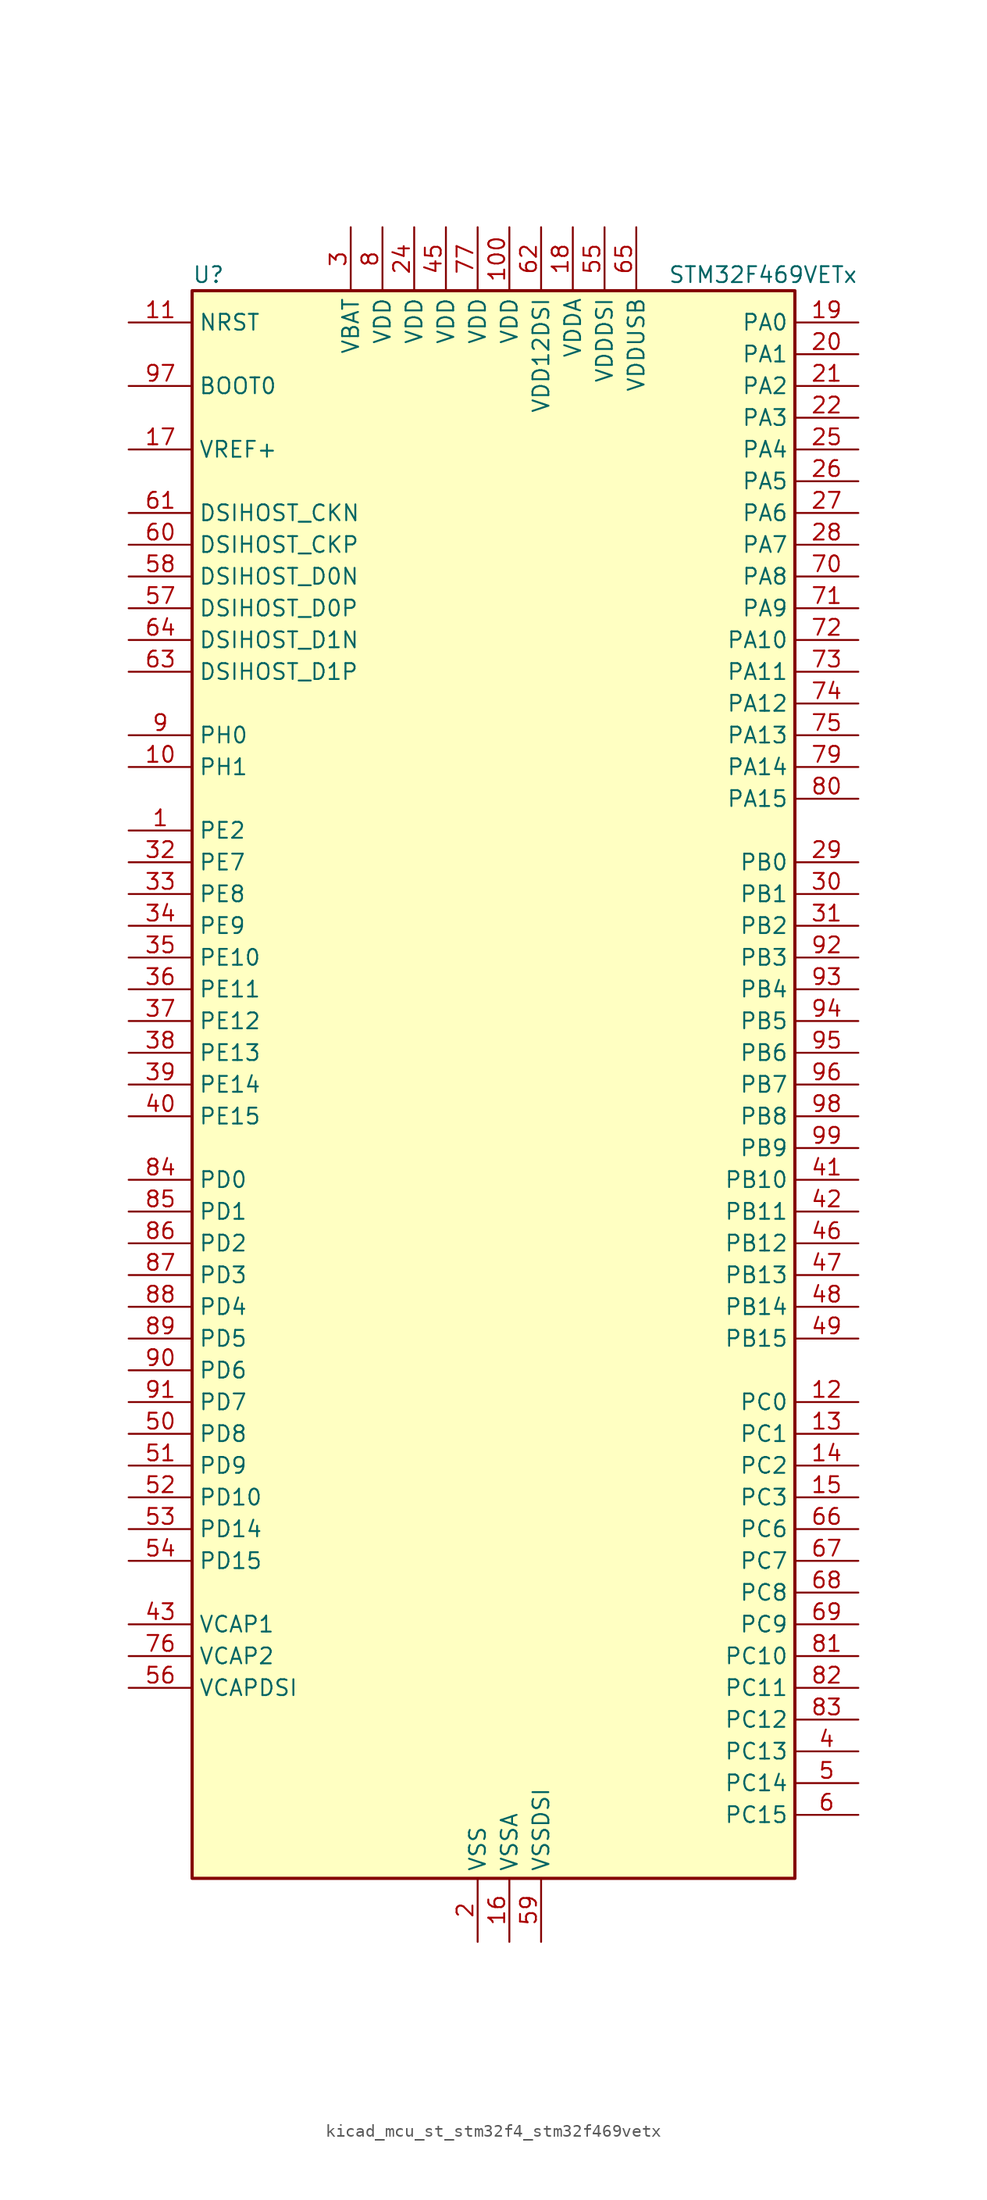
<source format=kicad_sym>
(kicad_symbol_lib
  (version 20220914)
  (generator kicad_symbol_editor)
  (symbol "kicad_mcu_st_stm32f4_stm32f469vetx"
    (property "Reference" "U"
      (at -22.86 64.77 0)
      (effects (font (size 1.27 1.27)) (justify left)))
    (property "Value" "STM32F469VETx"
      (at 15.24 64.77 0)
      (effects (font (size 1.27 1.27)) (justify left)))
    (property "ki_locked" ""
      (at 0 0 0)
      (effects (font (size 1.27 1.27))))
    (symbol "kicad_mcu_st_stm32f4_stm32f469vetx_0_1"
      (rectangle (start -22.86 -63.5) (end 25.4 63.5) (stroke (width 0.254) (type default)) (fill (type background))))
    (symbol "kicad_mcu_st_stm32f4_stm32f469vetx_1_1"
      (pin bidirectional line (at -27.94 20.32 0) (length 5.08) (name "PE2" (effects (font (size 1.27 1.27)))) (number "1" (effects (font (size 1.27 1.27)))) (alternate "FMC_A23" bidirectional line) (alternate "QUADSPI_BK1_IO2" bidirectional line) (alternate "SAI1_MCLK_A" bidirectional line) (alternate "SPI4_SCK" bidirectional line) (alternate "SYS_TRACECLK" bidirectional line))
      (pin bidirectional line (at -27.94 25.4 0) (length 5.08) (name "PH1" (effects (font (size 1.27 1.27)))) (number "10" (effects (font (size 1.27 1.27)))) (alternate "RCC_OSC_OUT" bidirectional line))
      (pin power_in line (at 2.54 68.58 270) (length 5.08) (name "VDD" (effects (font (size 1.27 1.27)))) (number "100" (effects (font (size 1.27 1.27)))))
      (pin input line (at -27.94 60.96 0) (length 5.08) (name "NRST" (effects (font (size 1.27 1.27)))) (number "11" (effects (font (size 1.27 1.27)))))
      (pin bidirectional line (at 30.48 -25.4 180) (length 5.08) (name "PC0" (effects (font (size 1.27 1.27)))) (number "12" (effects (font (size 1.27 1.27)))) (alternate "ADC1_IN10" bidirectional line) (alternate "ADC2_IN10" bidirectional line) (alternate "ADC3_IN10" bidirectional line) (alternate "FMC_SDNWE" bidirectional line) (alternate "LTDC_R5" bidirectional line) (alternate "USB_OTG_HS_ULPI_STP" bidirectional line))
      (pin bidirectional line (at 30.48 -27.94 180) (length 5.08) (name "PC1" (effects (font (size 1.27 1.27)))) (number "13" (effects (font (size 1.27 1.27)))) (alternate "ADC1_IN11" bidirectional line) (alternate "ADC2_IN11" bidirectional line) (alternate "ADC3_IN11" bidirectional line) (alternate "I2S2_SD" bidirectional line) (alternate "SAI1_SD_A" bidirectional line) (alternate "SPI2_MOSI" bidirectional line) (alternate "SYS_TRACED0" bidirectional line))
      (pin bidirectional line (at 30.48 -30.48 180) (length 5.08) (name "PC2" (effects (font (size 1.27 1.27)))) (number "14" (effects (font (size 1.27 1.27)))) (alternate "ADC1_IN12" bidirectional line) (alternate "ADC2_IN12" bidirectional line) (alternate "ADC3_IN12" bidirectional line) (alternate "FMC_SDNE0" bidirectional line) (alternate "I2S2_ext_SD" bidirectional line) (alternate "SPI2_MISO" bidirectional line) (alternate "USB_OTG_HS_ULPI_DIR" bidirectional line))
      (pin bidirectional line (at 30.48 -33.02 180) (length 5.08) (name "PC3" (effects (font (size 1.27 1.27)))) (number "15" (effects (font (size 1.27 1.27)))) (alternate "ADC1_IN13" bidirectional line) (alternate "ADC2_IN13" bidirectional line) (alternate "ADC3_IN13" bidirectional line) (alternate "FMC_SDCKE0" bidirectional line) (alternate "I2S2_SD" bidirectional line) (alternate "SPI2_MOSI" bidirectional line) (alternate "USB_OTG_HS_ULPI_NXT" bidirectional line))
      (pin power_in line (at 2.54 -68.58 90) (length 5.08) (name "VSSA" (effects (font (size 1.27 1.27)))) (number "16" (effects (font (size 1.27 1.27)))))
      (pin input line (at -27.94 50.8 0) (length 5.08) (name "VREF+" (effects (font (size 1.27 1.27)))) (number "17" (effects (font (size 1.27 1.27)))))
      (pin power_in line (at 7.62 68.58 270) (length 5.08) (name "VDDA" (effects (font (size 1.27 1.27)))) (number "18" (effects (font (size 1.27 1.27)))))
      (pin bidirectional line (at 30.48 60.96 180) (length 5.08) (name "PA0" (effects (font (size 1.27 1.27)))) (number "19" (effects (font (size 1.27 1.27)))) (alternate "ADC1_IN0" bidirectional line) (alternate "ADC2_IN0" bidirectional line) (alternate "ADC3_IN0" bidirectional line) (alternate "SYS_WKUP" bidirectional line) (alternate "TIM2_CH1" bidirectional line) (alternate "TIM2_ETR" bidirectional line) (alternate "TIM5_CH1" bidirectional line) (alternate "TIM8_ETR" bidirectional line) (alternate "UART4_TX" bidirectional line) (alternate "USART2_CTS" bidirectional line))
      (pin power_in line (at 0 -68.58 90) (length 5.08) (name "VSS" (effects (font (size 1.27 1.27)))) (number "2" (effects (font (size 1.27 1.27)))))
      (pin bidirectional line (at 30.48 58.42 180) (length 5.08) (name "PA1" (effects (font (size 1.27 1.27)))) (number "20" (effects (font (size 1.27 1.27)))) (alternate "ADC1_IN1" bidirectional line) (alternate "ADC2_IN1" bidirectional line) (alternate "ADC3_IN1" bidirectional line) (alternate "LTDC_R2" bidirectional line) (alternate "QUADSPI_BK1_IO3" bidirectional line) (alternate "TIM2_CH2" bidirectional line) (alternate "TIM5_CH2" bidirectional line) (alternate "UART4_RX" bidirectional line) (alternate "USART2_RTS" bidirectional line))
      (pin bidirectional line (at 30.48 55.88 180) (length 5.08) (name "PA2" (effects (font (size 1.27 1.27)))) (number "21" (effects (font (size 1.27 1.27)))) (alternate "ADC1_IN2" bidirectional line) (alternate "ADC2_IN2" bidirectional line) (alternate "ADC3_IN2" bidirectional line) (alternate "LTDC_R1" bidirectional line) (alternate "TIM2_CH3" bidirectional line) (alternate "TIM5_CH3" bidirectional line) (alternate "TIM9_CH1" bidirectional line) (alternate "USART2_TX" bidirectional line))
      (pin bidirectional line (at 30.48 53.34 180) (length 5.08) (name "PA3" (effects (font (size 1.27 1.27)))) (number "22" (effects (font (size 1.27 1.27)))) (alternate "ADC1_IN3" bidirectional line) (alternate "ADC2_IN3" bidirectional line) (alternate "ADC3_IN3" bidirectional line) (alternate "LTDC_B2" bidirectional line) (alternate "LTDC_B5" bidirectional line) (alternate "TIM2_CH4" bidirectional line) (alternate "TIM5_CH4" bidirectional line) (alternate "TIM9_CH2" bidirectional line) (alternate "USART2_RX" bidirectional line) (alternate "USB_OTG_HS_ULPI_D0" bidirectional line))
      (pin passive line (at 0 -68.58 90) (length 5.08) hide (name "VSS" (effects (font (size 1.27 1.27)))) (number "23" (effects (font (size 1.27 1.27)))))
      (pin power_in line (at -5.08 68.58 270) (length 5.08) (name "VDD" (effects (font (size 1.27 1.27)))) (number "24" (effects (font (size 1.27 1.27)))))
      (pin bidirectional line (at 30.48 50.8 180) (length 5.08) (name "PA4" (effects (font (size 1.27 1.27)))) (number "25" (effects (font (size 1.27 1.27)))) (alternate "ADC1_IN4" bidirectional line) (alternate "ADC2_IN4" bidirectional line) (alternate "DAC_OUT1" bidirectional line) (alternate "DCMI_HSYNC" bidirectional line) (alternate "I2S3_WS" bidirectional line) (alternate "LTDC_VSYNC" bidirectional line) (alternate "SPI1_NSS" bidirectional line) (alternate "SPI3_NSS" bidirectional line) (alternate "USART2_CK" bidirectional line) (alternate "USB_OTG_HS_SOF" bidirectional line))
      (pin bidirectional line (at 30.48 48.26 180) (length 5.08) (name "PA5" (effects (font (size 1.27 1.27)))) (number "26" (effects (font (size 1.27 1.27)))) (alternate "ADC1_IN5" bidirectional line) (alternate "ADC2_IN5" bidirectional line) (alternate "DAC_OUT2" bidirectional line) (alternate "LTDC_R4" bidirectional line) (alternate "SPI1_SCK" bidirectional line) (alternate "TIM2_CH1" bidirectional line) (alternate "TIM2_ETR" bidirectional line) (alternate "TIM8_CH1N" bidirectional line) (alternate "USB_OTG_HS_ULPI_CK" bidirectional line))
      (pin bidirectional line (at 30.48 45.72 180) (length 5.08) (name "PA6" (effects (font (size 1.27 1.27)))) (number "27" (effects (font (size 1.27 1.27)))) (alternate "ADC1_IN6" bidirectional line) (alternate "ADC2_IN6" bidirectional line) (alternate "DCMI_PIXCLK" bidirectional line) (alternate "LTDC_G2" bidirectional line) (alternate "SPI1_MISO" bidirectional line) (alternate "TIM13_CH1" bidirectional line) (alternate "TIM1_BKIN" bidirectional line) (alternate "TIM3_CH1" bidirectional line) (alternate "TIM8_BKIN" bidirectional line))
      (pin bidirectional line (at 30.48 43.18 180) (length 5.08) (name "PA7" (effects (font (size 1.27 1.27)))) (number "28" (effects (font (size 1.27 1.27)))) (alternate "ADC1_IN7" bidirectional line) (alternate "ADC2_IN7" bidirectional line) (alternate "FMC_SDNWE" bidirectional line) (alternate "QUADSPI_CLK" bidirectional line) (alternate "SPI1_MOSI" bidirectional line) (alternate "TIM14_CH1" bidirectional line) (alternate "TIM1_CH1N" bidirectional line) (alternate "TIM3_CH2" bidirectional line) (alternate "TIM8_CH1N" bidirectional line))
      (pin bidirectional line (at 30.48 17.78 180) (length 5.08) (name "PB0" (effects (font (size 1.27 1.27)))) (number "29" (effects (font (size 1.27 1.27)))) (alternate "ADC1_IN8" bidirectional line) (alternate "ADC2_IN8" bidirectional line) (alternate "LTDC_G1" bidirectional line) (alternate "LTDC_R3" bidirectional line) (alternate "TIM1_CH2N" bidirectional line) (alternate "TIM3_CH3" bidirectional line) (alternate "TIM8_CH2N" bidirectional line) (alternate "USB_OTG_HS_ULPI_D1" bidirectional line))
      (pin power_in line (at -10.16 68.58 270) (length 5.08) (name "VBAT" (effects (font (size 1.27 1.27)))) (number "3" (effects (font (size 1.27 1.27)))))
      (pin bidirectional line (at 30.48 15.24 180) (length 5.08) (name "PB1" (effects (font (size 1.27 1.27)))) (number "30" (effects (font (size 1.27 1.27)))) (alternate "ADC1_IN9" bidirectional line) (alternate "ADC2_IN9" bidirectional line) (alternate "LTDC_G0" bidirectional line) (alternate "LTDC_R6" bidirectional line) (alternate "TIM1_CH3N" bidirectional line) (alternate "TIM3_CH4" bidirectional line) (alternate "TIM8_CH3N" bidirectional line) (alternate "USB_OTG_HS_ULPI_D2" bidirectional line))
      (pin bidirectional line (at 30.48 12.7 180) (length 5.08) (name "PB2" (effects (font (size 1.27 1.27)))) (number "31" (effects (font (size 1.27 1.27)))))
      (pin bidirectional line (at -27.94 17.78 0) (length 5.08) (name "PE7" (effects (font (size 1.27 1.27)))) (number "32" (effects (font (size 1.27 1.27)))) (alternate "FMC_D4" bidirectional line) (alternate "FMC_DA4" bidirectional line) (alternate "QUADSPI_BK2_IO0" bidirectional line) (alternate "TIM1_ETR" bidirectional line) (alternate "UART7_RX" bidirectional line))
      (pin bidirectional line (at -27.94 15.24 0) (length 5.08) (name "PE8" (effects (font (size 1.27 1.27)))) (number "33" (effects (font (size 1.27 1.27)))) (alternate "FMC_D5" bidirectional line) (alternate "FMC_DA5" bidirectional line) (alternate "QUADSPI_BK2_IO1" bidirectional line) (alternate "TIM1_CH1N" bidirectional line) (alternate "UART7_TX" bidirectional line))
      (pin bidirectional line (at -27.94 12.7 0) (length 5.08) (name "PE9" (effects (font (size 1.27 1.27)))) (number "34" (effects (font (size 1.27 1.27)))) (alternate "DAC_EXTI9" bidirectional line) (alternate "FMC_D6" bidirectional line) (alternate "FMC_DA6" bidirectional line) (alternate "QUADSPI_BK2_IO2" bidirectional line) (alternate "TIM1_CH1" bidirectional line))
      (pin bidirectional line (at -27.94 10.16 0) (length 5.08) (name "PE10" (effects (font (size 1.27 1.27)))) (number "35" (effects (font (size 1.27 1.27)))) (alternate "FMC_D7" bidirectional line) (alternate "FMC_DA7" bidirectional line) (alternate "QUADSPI_BK2_IO3" bidirectional line) (alternate "TIM1_CH2N" bidirectional line))
      (pin bidirectional line (at -27.94 7.62 0) (length 5.08) (name "PE11" (effects (font (size 1.27 1.27)))) (number "36" (effects (font (size 1.27 1.27)))) (alternate "ADC1_EXTI11" bidirectional line) (alternate "ADC2_EXTI11" bidirectional line) (alternate "ADC3_EXTI11" bidirectional line) (alternate "FMC_D8" bidirectional line) (alternate "FMC_DA8" bidirectional line) (alternate "LTDC_G3" bidirectional line) (alternate "SPI4_NSS" bidirectional line) (alternate "TIM1_CH2" bidirectional line))
      (pin bidirectional line (at -27.94 5.08 0) (length 5.08) (name "PE12" (effects (font (size 1.27 1.27)))) (number "37" (effects (font (size 1.27 1.27)))) (alternate "FMC_D9" bidirectional line) (alternate "FMC_DA9" bidirectional line) (alternate "LTDC_B4" bidirectional line) (alternate "SPI4_SCK" bidirectional line) (alternate "TIM1_CH3N" bidirectional line))
      (pin bidirectional line (at -27.94 2.54 0) (length 5.08) (name "PE13" (effects (font (size 1.27 1.27)))) (number "38" (effects (font (size 1.27 1.27)))) (alternate "FMC_D10" bidirectional line) (alternate "FMC_DA10" bidirectional line) (alternate "LTDC_DE" bidirectional line) (alternate "SPI4_MISO" bidirectional line) (alternate "TIM1_CH3" bidirectional line))
      (pin bidirectional line (at -27.94 0 0) (length 5.08) (name "PE14" (effects (font (size 1.27 1.27)))) (number "39" (effects (font (size 1.27 1.27)))) (alternate "FMC_D11" bidirectional line) (alternate "FMC_DA11" bidirectional line) (alternate "LTDC_CLK" bidirectional line) (alternate "SPI4_MOSI" bidirectional line) (alternate "TIM1_CH4" bidirectional line))
      (pin bidirectional line (at 30.48 -53.34 180) (length 5.08) (name "PC13" (effects (font (size 1.27 1.27)))) (number "4" (effects (font (size 1.27 1.27)))) (alternate "RTC_AF1" bidirectional line))
      (pin bidirectional line (at -27.94 -2.54 0) (length 5.08) (name "PE15" (effects (font (size 1.27 1.27)))) (number "40" (effects (font (size 1.27 1.27)))) (alternate "ADC1_EXTI15" bidirectional line) (alternate "ADC2_EXTI15" bidirectional line) (alternate "ADC3_EXTI15" bidirectional line) (alternate "FMC_D12" bidirectional line) (alternate "FMC_DA12" bidirectional line) (alternate "LTDC_R7" bidirectional line) (alternate "TIM1_BKIN" bidirectional line))
      (pin bidirectional line (at 30.48 -7.62 180) (length 5.08) (name "PB10" (effects (font (size 1.27 1.27)))) (number "41" (effects (font (size 1.27 1.27)))) (alternate "I2C2_SCL" bidirectional line) (alternate "I2S2_CK" bidirectional line) (alternate "LTDC_G4" bidirectional line) (alternate "QUADSPI_BK1_NCS" bidirectional line) (alternate "SPI2_SCK" bidirectional line) (alternate "TIM2_CH3" bidirectional line) (alternate "USART3_TX" bidirectional line) (alternate "USB_OTG_HS_ULPI_D3" bidirectional line))
      (pin bidirectional line (at 30.48 -10.16 180) (length 5.08) (name "PB11" (effects (font (size 1.27 1.27)))) (number "42" (effects (font (size 1.27 1.27)))) (alternate "ADC1_EXTI11" bidirectional line) (alternate "ADC2_EXTI11" bidirectional line) (alternate "ADC3_EXTI11" bidirectional line) (alternate "DSIHOST_TE" bidirectional line) (alternate "I2C2_SDA" bidirectional line) (alternate "LTDC_G5" bidirectional line) (alternate "TIM2_CH4" bidirectional line) (alternate "USART3_RX" bidirectional line) (alternate "USB_OTG_HS_ULPI_D4" bidirectional line))
      (pin power_out line (at -27.94 -43.18 0) (length 5.08) (name "VCAP1" (effects (font (size 1.27 1.27)))) (number "43" (effects (font (size 1.27 1.27)))))
      (pin passive line (at 0 -68.58 90) (length 5.08) hide (name "VSS" (effects (font (size 1.27 1.27)))) (number "44" (effects (font (size 1.27 1.27)))))
      (pin power_in line (at -2.54 68.58 270) (length 5.08) (name "VDD" (effects (font (size 1.27 1.27)))) (number "45" (effects (font (size 1.27 1.27)))))
      (pin bidirectional line (at 30.48 -12.7 180) (length 5.08) (name "PB12" (effects (font (size 1.27 1.27)))) (number "46" (effects (font (size 1.27 1.27)))) (alternate "CAN2_RX" bidirectional line) (alternate "I2C2_SMBA" bidirectional line) (alternate "I2S2_WS" bidirectional line) (alternate "SPI2_NSS" bidirectional line) (alternate "TIM1_BKIN" bidirectional line) (alternate "USART3_CK" bidirectional line) (alternate "USB_OTG_HS_ID" bidirectional line) (alternate "USB_OTG_HS_ULPI_D5" bidirectional line))
      (pin bidirectional line (at 30.48 -15.24 180) (length 5.08) (name "PB13" (effects (font (size 1.27 1.27)))) (number "47" (effects (font (size 1.27 1.27)))) (alternate "CAN2_TX" bidirectional line) (alternate "I2S2_CK" bidirectional line) (alternate "SPI2_SCK" bidirectional line) (alternate "TIM1_CH1N" bidirectional line) (alternate "USART3_CTS" bidirectional line) (alternate "USB_OTG_HS_ULPI_D6" bidirectional line) (alternate "USB_OTG_HS_VBUS" bidirectional line))
      (pin bidirectional line (at 30.48 -17.78 180) (length 5.08) (name "PB14" (effects (font (size 1.27 1.27)))) (number "48" (effects (font (size 1.27 1.27)))) (alternate "I2S2_ext_SD" bidirectional line) (alternate "SPI2_MISO" bidirectional line) (alternate "TIM12_CH1" bidirectional line) (alternate "TIM1_CH2N" bidirectional line) (alternate "TIM8_CH2N" bidirectional line) (alternate "USART3_RTS" bidirectional line) (alternate "USB_OTG_HS_DM" bidirectional line))
      (pin bidirectional line (at 30.48 -20.32 180) (length 5.08) (name "PB15" (effects (font (size 1.27 1.27)))) (number "49" (effects (font (size 1.27 1.27)))) (alternate "ADC1_EXTI15" bidirectional line) (alternate "ADC2_EXTI15" bidirectional line) (alternate "ADC3_EXTI15" bidirectional line) (alternate "I2S2_SD" bidirectional line) (alternate "RTC_REFIN" bidirectional line) (alternate "SPI2_MOSI" bidirectional line) (alternate "TIM12_CH2" bidirectional line) (alternate "TIM1_CH3N" bidirectional line) (alternate "TIM8_CH3N" bidirectional line) (alternate "USB_OTG_HS_DP" bidirectional line))
      (pin bidirectional line (at 30.48 -55.88 180) (length 5.08) (name "PC14" (effects (font (size 1.27 1.27)))) (number "5" (effects (font (size 1.27 1.27)))) (alternate "RCC_OSC32_IN" bidirectional line))
      (pin bidirectional line (at -27.94 -27.94 0) (length 5.08) (name "PD8" (effects (font (size 1.27 1.27)))) (number "50" (effects (font (size 1.27 1.27)))) (alternate "FMC_D13" bidirectional line) (alternate "FMC_DA13" bidirectional line) (alternate "USART3_TX" bidirectional line))
      (pin bidirectional line (at -27.94 -30.48 0) (length 5.08) (name "PD9" (effects (font (size 1.27 1.27)))) (number "51" (effects (font (size 1.27 1.27)))) (alternate "DAC_EXTI9" bidirectional line) (alternate "FMC_D14" bidirectional line) (alternate "FMC_DA14" bidirectional line) (alternate "USART3_RX" bidirectional line))
      (pin bidirectional line (at -27.94 -33.02 0) (length 5.08) (name "PD10" (effects (font (size 1.27 1.27)))) (number "52" (effects (font (size 1.27 1.27)))) (alternate "FMC_D15" bidirectional line) (alternate "FMC_DA15" bidirectional line) (alternate "LTDC_B3" bidirectional line) (alternate "USART3_CK" bidirectional line))
      (pin bidirectional line (at -27.94 -35.56 0) (length 5.08) (name "PD14" (effects (font (size 1.27 1.27)))) (number "53" (effects (font (size 1.27 1.27)))) (alternate "FMC_D0" bidirectional line) (alternate "FMC_DA0" bidirectional line) (alternate "TIM4_CH3" bidirectional line))
      (pin bidirectional line (at -27.94 -38.1 0) (length 5.08) (name "PD15" (effects (font (size 1.27 1.27)))) (number "54" (effects (font (size 1.27 1.27)))) (alternate "ADC1_EXTI15" bidirectional line) (alternate "ADC2_EXTI15" bidirectional line) (alternate "ADC3_EXTI15" bidirectional line) (alternate "FMC_D1" bidirectional line) (alternate "FMC_DA1" bidirectional line) (alternate "TIM4_CH4" bidirectional line))
      (pin power_in line (at 10.16 68.58 270) (length 5.08) (name "VDDDSI" (effects (font (size 1.27 1.27)))) (number "55" (effects (font (size 1.27 1.27)))))
      (pin power_out line (at -27.94 -48.26 0) (length 5.08) (name "VCAPDSI" (effects (font (size 1.27 1.27)))) (number "56" (effects (font (size 1.27 1.27)))))
      (pin bidirectional line (at -27.94 38.1 0) (length 5.08) (name "DSIHOST_D0P" (effects (font (size 1.27 1.27)))) (number "57" (effects (font (size 1.27 1.27)))) (alternate "DSIHOST_D0P" bidirectional line))
      (pin bidirectional line (at -27.94 40.64 0) (length 5.08) (name "DSIHOST_D0N" (effects (font (size 1.27 1.27)))) (number "58" (effects (font (size 1.27 1.27)))) (alternate "DSIHOST_D0N" bidirectional line))
      (pin power_in line (at 5.08 -68.58 90) (length 5.08) (name "VSSDSI" (effects (font (size 1.27 1.27)))) (number "59" (effects (font (size 1.27 1.27)))))
      (pin bidirectional line (at 30.48 -58.42 180) (length 5.08) (name "PC15" (effects (font (size 1.27 1.27)))) (number "6" (effects (font (size 1.27 1.27)))) (alternate "ADC1_EXTI15" bidirectional line) (alternate "ADC2_EXTI15" bidirectional line) (alternate "ADC3_EXTI15" bidirectional line) (alternate "RCC_OSC32_OUT" bidirectional line))
      (pin bidirectional line (at -27.94 43.18 0) (length 5.08) (name "DSIHOST_CKP" (effects (font (size 1.27 1.27)))) (number "60" (effects (font (size 1.27 1.27)))) (alternate "DSIHOST_CKP" bidirectional line))
      (pin bidirectional line (at -27.94 45.72 0) (length 5.08) (name "DSIHOST_CKN" (effects (font (size 1.27 1.27)))) (number "61" (effects (font (size 1.27 1.27)))) (alternate "DSIHOST_CKN" bidirectional line))
      (pin power_in line (at 5.08 68.58 270) (length 5.08) (name "VDD12DSI" (effects (font (size 1.27 1.27)))) (number "62" (effects (font (size 1.27 1.27)))))
      (pin bidirectional line (at -27.94 33.02 0) (length 5.08) (name "DSIHOST_D1P" (effects (font (size 1.27 1.27)))) (number "63" (effects (font (size 1.27 1.27)))) (alternate "DSIHOST_D1P" bidirectional line))
      (pin bidirectional line (at -27.94 35.56 0) (length 5.08) (name "DSIHOST_D1N" (effects (font (size 1.27 1.27)))) (number "64" (effects (font (size 1.27 1.27)))) (alternate "DSIHOST_D1N" bidirectional line))
      (pin power_in line (at 12.7 68.58 270) (length 5.08) (name "VDDUSB" (effects (font (size 1.27 1.27)))) (number "65" (effects (font (size 1.27 1.27)))))
      (pin bidirectional line (at 30.48 -35.56 180) (length 5.08) (name "PC6" (effects (font (size 1.27 1.27)))) (number "66" (effects (font (size 1.27 1.27)))) (alternate "DCMI_D0" bidirectional line) (alternate "I2S2_MCK" bidirectional line) (alternate "LTDC_HSYNC" bidirectional line) (alternate "SDIO_D6" bidirectional line) (alternate "TIM3_CH1" bidirectional line) (alternate "TIM8_CH1" bidirectional line) (alternate "USART6_TX" bidirectional line))
      (pin bidirectional line (at 30.48 -38.1 180) (length 5.08) (name "PC7" (effects (font (size 1.27 1.27)))) (number "67" (effects (font (size 1.27 1.27)))) (alternate "DCMI_D1" bidirectional line) (alternate "I2S3_MCK" bidirectional line) (alternate "LTDC_G6" bidirectional line) (alternate "SDIO_D7" bidirectional line) (alternate "TIM3_CH2" bidirectional line) (alternate "TIM8_CH2" bidirectional line) (alternate "USART6_RX" bidirectional line))
      (pin bidirectional line (at 30.48 -40.64 180) (length 5.08) (name "PC8" (effects (font (size 1.27 1.27)))) (number "68" (effects (font (size 1.27 1.27)))) (alternate "DCMI_D2" bidirectional line) (alternate "SDIO_D0" bidirectional line) (alternate "SYS_TRACED1" bidirectional line) (alternate "TIM3_CH3" bidirectional line) (alternate "TIM8_CH3" bidirectional line) (alternate "USART6_CK" bidirectional line))
      (pin bidirectional line (at 30.48 -43.18 180) (length 5.08) (name "PC9" (effects (font (size 1.27 1.27)))) (number "69" (effects (font (size 1.27 1.27)))) (alternate "DAC_EXTI9" bidirectional line) (alternate "DCMI_D3" bidirectional line) (alternate "I2C3_SDA" bidirectional line) (alternate "I2S_CKIN" bidirectional line) (alternate "QUADSPI_BK1_IO0" bidirectional line) (alternate "RCC_MCO_2" bidirectional line) (alternate "SDIO_D1" bidirectional line) (alternate "TIM3_CH4" bidirectional line) (alternate "TIM8_CH4" bidirectional line))
      (pin passive line (at 0 -68.58 90) (length 5.08) hide (name "VSS" (effects (font (size 1.27 1.27)))) (number "7" (effects (font (size 1.27 1.27)))))
      (pin bidirectional line (at 30.48 40.64 180) (length 5.08) (name "PA8" (effects (font (size 1.27 1.27)))) (number "70" (effects (font (size 1.27 1.27)))) (alternate "I2C3_SCL" bidirectional line) (alternate "LTDC_R6" bidirectional line) (alternate "RCC_MCO_1" bidirectional line) (alternate "TIM1_CH1" bidirectional line) (alternate "USART1_CK" bidirectional line) (alternate "USB_OTG_FS_SOF" bidirectional line))
      (pin bidirectional line (at 30.48 38.1 180) (length 5.08) (name "PA9" (effects (font (size 1.27 1.27)))) (number "71" (effects (font (size 1.27 1.27)))) (alternate "DAC_EXTI9" bidirectional line) (alternate "DCMI_D0" bidirectional line) (alternate "I2C3_SMBA" bidirectional line) (alternate "I2S2_CK" bidirectional line) (alternate "SPI2_SCK" bidirectional line) (alternate "TIM1_CH2" bidirectional line) (alternate "USART1_TX" bidirectional line) (alternate "USB_OTG_FS_VBUS" bidirectional line))
      (pin bidirectional line (at 30.48 35.56 180) (length 5.08) (name "PA10" (effects (font (size 1.27 1.27)))) (number "72" (effects (font (size 1.27 1.27)))) (alternate "DCMI_D1" bidirectional line) (alternate "TIM1_CH3" bidirectional line) (alternate "USART1_RX" bidirectional line) (alternate "USB_OTG_FS_ID" bidirectional line))
      (pin bidirectional line (at 30.48 33.02 180) (length 5.08) (name "PA11" (effects (font (size 1.27 1.27)))) (number "73" (effects (font (size 1.27 1.27)))) (alternate "ADC1_EXTI11" bidirectional line) (alternate "ADC2_EXTI11" bidirectional line) (alternate "ADC3_EXTI11" bidirectional line) (alternate "CAN1_RX" bidirectional line) (alternate "LTDC_R4" bidirectional line) (alternate "TIM1_CH4" bidirectional line) (alternate "USART1_CTS" bidirectional line) (alternate "USB_OTG_FS_DM" bidirectional line))
      (pin bidirectional line (at 30.48 30.48 180) (length 5.08) (name "PA12" (effects (font (size 1.27 1.27)))) (number "74" (effects (font (size 1.27 1.27)))) (alternate "CAN1_TX" bidirectional line) (alternate "LTDC_R5" bidirectional line) (alternate "TIM1_ETR" bidirectional line) (alternate "USART1_RTS" bidirectional line) (alternate "USB_OTG_FS_DP" bidirectional line))
      (pin bidirectional line (at 30.48 27.94 180) (length 5.08) (name "PA13" (effects (font (size 1.27 1.27)))) (number "75" (effects (font (size 1.27 1.27)))) (alternate "SYS_JTMS-SWDIO" bidirectional line))
      (pin power_out line (at -27.94 -45.72 0) (length 5.08) (name "VCAP2" (effects (font (size 1.27 1.27)))) (number "76" (effects (font (size 1.27 1.27)))))
      (pin power_in line (at 0 68.58 270) (length 5.08) (name "VDD" (effects (font (size 1.27 1.27)))) (number "77" (effects (font (size 1.27 1.27)))))
      (pin passive line (at 0 -68.58 90) (length 5.08) hide (name "VSS" (effects (font (size 1.27 1.27)))) (number "78" (effects (font (size 1.27 1.27)))))
      (pin bidirectional line (at 30.48 25.4 180) (length 5.08) (name "PA14" (effects (font (size 1.27 1.27)))) (number "79" (effects (font (size 1.27 1.27)))) (alternate "SYS_JTCK-SWCLK" bidirectional line))
      (pin power_in line (at -7.62 68.58 270) (length 5.08) (name "VDD" (effects (font (size 1.27 1.27)))) (number "8" (effects (font (size 1.27 1.27)))))
      (pin bidirectional line (at 30.48 22.86 180) (length 5.08) (name "PA15" (effects (font (size 1.27 1.27)))) (number "80" (effects (font (size 1.27 1.27)))) (alternate "ADC1_EXTI15" bidirectional line) (alternate "ADC2_EXTI15" bidirectional line) (alternate "ADC3_EXTI15" bidirectional line) (alternate "I2S3_WS" bidirectional line) (alternate "SPI1_NSS" bidirectional line) (alternate "SPI3_NSS" bidirectional line) (alternate "SYS_JTDI" bidirectional line) (alternate "TIM2_CH1" bidirectional line) (alternate "TIM2_ETR" bidirectional line))
      (pin bidirectional line (at 30.48 -45.72 180) (length 5.08) (name "PC10" (effects (font (size 1.27 1.27)))) (number "81" (effects (font (size 1.27 1.27)))) (alternate "DCMI_D8" bidirectional line) (alternate "I2S3_CK" bidirectional line) (alternate "LTDC_R2" bidirectional line) (alternate "QUADSPI_BK1_IO1" bidirectional line) (alternate "SDIO_D2" bidirectional line) (alternate "SPI3_SCK" bidirectional line) (alternate "UART4_TX" bidirectional line) (alternate "USART3_TX" bidirectional line))
      (pin bidirectional line (at 30.48 -48.26 180) (length 5.08) (name "PC11" (effects (font (size 1.27 1.27)))) (number "82" (effects (font (size 1.27 1.27)))) (alternate "ADC1_EXTI11" bidirectional line) (alternate "ADC2_EXTI11" bidirectional line) (alternate "ADC3_EXTI11" bidirectional line) (alternate "DCMI_D4" bidirectional line) (alternate "I2S3_ext_SD" bidirectional line) (alternate "QUADSPI_BK2_NCS" bidirectional line) (alternate "SDIO_D3" bidirectional line) (alternate "SPI3_MISO" bidirectional line) (alternate "UART4_RX" bidirectional line) (alternate "USART3_RX" bidirectional line))
      (pin bidirectional line (at 30.48 -50.8 180) (length 5.08) (name "PC12" (effects (font (size 1.27 1.27)))) (number "83" (effects (font (size 1.27 1.27)))) (alternate "DCMI_D9" bidirectional line) (alternate "I2S3_SD" bidirectional line) (alternate "SDIO_CK" bidirectional line) (alternate "SPI3_MOSI" bidirectional line) (alternate "SYS_TRACED3" bidirectional line) (alternate "UART5_TX" bidirectional line) (alternate "USART3_CK" bidirectional line))
      (pin bidirectional line (at -27.94 -7.62 0) (length 5.08) (name "PD0" (effects (font (size 1.27 1.27)))) (number "84" (effects (font (size 1.27 1.27)))) (alternate "CAN1_RX" bidirectional line) (alternate "FMC_D2" bidirectional line) (alternate "FMC_DA2" bidirectional line))
      (pin bidirectional line (at -27.94 -10.16 0) (length 5.08) (name "PD1" (effects (font (size 1.27 1.27)))) (number "85" (effects (font (size 1.27 1.27)))) (alternate "CAN1_TX" bidirectional line) (alternate "FMC_D3" bidirectional line) (alternate "FMC_DA3" bidirectional line))
      (pin bidirectional line (at -27.94 -12.7 0) (length 5.08) (name "PD2" (effects (font (size 1.27 1.27)))) (number "86" (effects (font (size 1.27 1.27)))) (alternate "DCMI_D11" bidirectional line) (alternate "SDIO_CMD" bidirectional line) (alternate "SYS_TRACED2" bidirectional line) (alternate "TIM3_ETR" bidirectional line) (alternate "UART5_RX" bidirectional line))
      (pin bidirectional line (at -27.94 -15.24 0) (length 5.08) (name "PD3" (effects (font (size 1.27 1.27)))) (number "87" (effects (font (size 1.27 1.27)))) (alternate "DCMI_D5" bidirectional line) (alternate "FMC_CLK" bidirectional line) (alternate "I2S2_CK" bidirectional line) (alternate "LTDC_G7" bidirectional line) (alternate "SPI2_SCK" bidirectional line) (alternate "USART2_CTS" bidirectional line))
      (pin bidirectional line (at -27.94 -17.78 0) (length 5.08) (name "PD4" (effects (font (size 1.27 1.27)))) (number "88" (effects (font (size 1.27 1.27)))) (alternate "FMC_NOE" bidirectional line) (alternate "USART2_RTS" bidirectional line))
      (pin bidirectional line (at -27.94 -20.32 0) (length 5.08) (name "PD5" (effects (font (size 1.27 1.27)))) (number "89" (effects (font (size 1.27 1.27)))) (alternate "FMC_NWE" bidirectional line) (alternate "USART2_TX" bidirectional line))
      (pin bidirectional line (at -27.94 27.94 0) (length 5.08) (name "PH0" (effects (font (size 1.27 1.27)))) (number "9" (effects (font (size 1.27 1.27)))) (alternate "RCC_OSC_IN" bidirectional line))
      (pin bidirectional line (at -27.94 -22.86 0) (length 5.08) (name "PD6" (effects (font (size 1.27 1.27)))) (number "90" (effects (font (size 1.27 1.27)))) (alternate "DCMI_D10" bidirectional line) (alternate "FMC_NWAIT" bidirectional line) (alternate "I2S3_SD" bidirectional line) (alternate "LTDC_B2" bidirectional line) (alternate "SAI1_SD_A" bidirectional line) (alternate "SPI3_MOSI" bidirectional line) (alternate "USART2_RX" bidirectional line))
      (pin bidirectional line (at -27.94 -25.4 0) (length 5.08) (name "PD7" (effects (font (size 1.27 1.27)))) (number "91" (effects (font (size 1.27 1.27)))) (alternate "FMC_NE1" bidirectional line) (alternate "USART2_CK" bidirectional line))
      (pin bidirectional line (at 30.48 10.16 180) (length 5.08) (name "PB3" (effects (font (size 1.27 1.27)))) (number "92" (effects (font (size 1.27 1.27)))) (alternate "I2S3_CK" bidirectional line) (alternate "SPI1_SCK" bidirectional line) (alternate "SPI3_SCK" bidirectional line) (alternate "SYS_JTDO-SWO" bidirectional line) (alternate "TIM2_CH2" bidirectional line))
      (pin bidirectional line (at 30.48 7.62 180) (length 5.08) (name "PB4" (effects (font (size 1.27 1.27)))) (number "93" (effects (font (size 1.27 1.27)))) (alternate "I2S3_ext_SD" bidirectional line) (alternate "SPI1_MISO" bidirectional line) (alternate "SPI3_MISO" bidirectional line) (alternate "SYS_JTRST" bidirectional line) (alternate "TIM3_CH1" bidirectional line))
      (pin bidirectional line (at 30.48 5.08 180) (length 5.08) (name "PB5" (effects (font (size 1.27 1.27)))) (number "94" (effects (font (size 1.27 1.27)))) (alternate "CAN2_RX" bidirectional line) (alternate "DCMI_D10" bidirectional line) (alternate "FMC_SDCKE1" bidirectional line) (alternate "I2C1_SMBA" bidirectional line) (alternate "I2S3_SD" bidirectional line) (alternate "LTDC_G7" bidirectional line) (alternate "SPI1_MOSI" bidirectional line) (alternate "SPI3_MOSI" bidirectional line) (alternate "TIM3_CH2" bidirectional line) (alternate "USB_OTG_HS_ULPI_D7" bidirectional line))
      (pin bidirectional line (at 30.48 2.54 180) (length 5.08) (name "PB6" (effects (font (size 1.27 1.27)))) (number "95" (effects (font (size 1.27 1.27)))) (alternate "CAN2_TX" bidirectional line) (alternate "DCMI_D5" bidirectional line) (alternate "FMC_SDNE1" bidirectional line) (alternate "I2C1_SCL" bidirectional line) (alternate "QUADSPI_BK1_NCS" bidirectional line) (alternate "TIM4_CH1" bidirectional line) (alternate "USART1_TX" bidirectional line))
      (pin bidirectional line (at 30.48 0 180) (length 5.08) (name "PB7" (effects (font (size 1.27 1.27)))) (number "96" (effects (font (size 1.27 1.27)))) (alternate "DCMI_VSYNC" bidirectional line) (alternate "FMC_NL" bidirectional line) (alternate "I2C1_SDA" bidirectional line) (alternate "TIM4_CH2" bidirectional line) (alternate "USART1_RX" bidirectional line))
      (pin input line (at -27.94 55.88 0) (length 5.08) (name "BOOT0" (effects (font (size 1.27 1.27)))) (number "97" (effects (font (size 1.27 1.27)))))
      (pin bidirectional line (at 30.48 -2.54 180) (length 5.08) (name "PB8" (effects (font (size 1.27 1.27)))) (number "98" (effects (font (size 1.27 1.27)))) (alternate "CAN1_RX" bidirectional line) (alternate "DCMI_D6" bidirectional line) (alternate "I2C1_SCL" bidirectional line) (alternate "LTDC_B6" bidirectional line) (alternate "SDIO_D4" bidirectional line) (alternate "TIM10_CH1" bidirectional line) (alternate "TIM4_CH3" bidirectional line))
      (pin bidirectional line (at 30.48 -5.08 180) (length 5.08) (name "PB9" (effects (font (size 1.27 1.27)))) (number "99" (effects (font (size 1.27 1.27)))) (alternate "CAN1_TX" bidirectional line) (alternate "DAC_EXTI9" bidirectional line) (alternate "DCMI_D7" bidirectional line) (alternate "I2C1_SDA" bidirectional line) (alternate "I2S2_WS" bidirectional line) (alternate "LTDC_B7" bidirectional line) (alternate "SDIO_D5" bidirectional line) (alternate "SPI2_NSS" bidirectional line) (alternate "TIM11_CH1" bidirectional line) (alternate "TIM4_CH4" bidirectional line)))))
</source>
